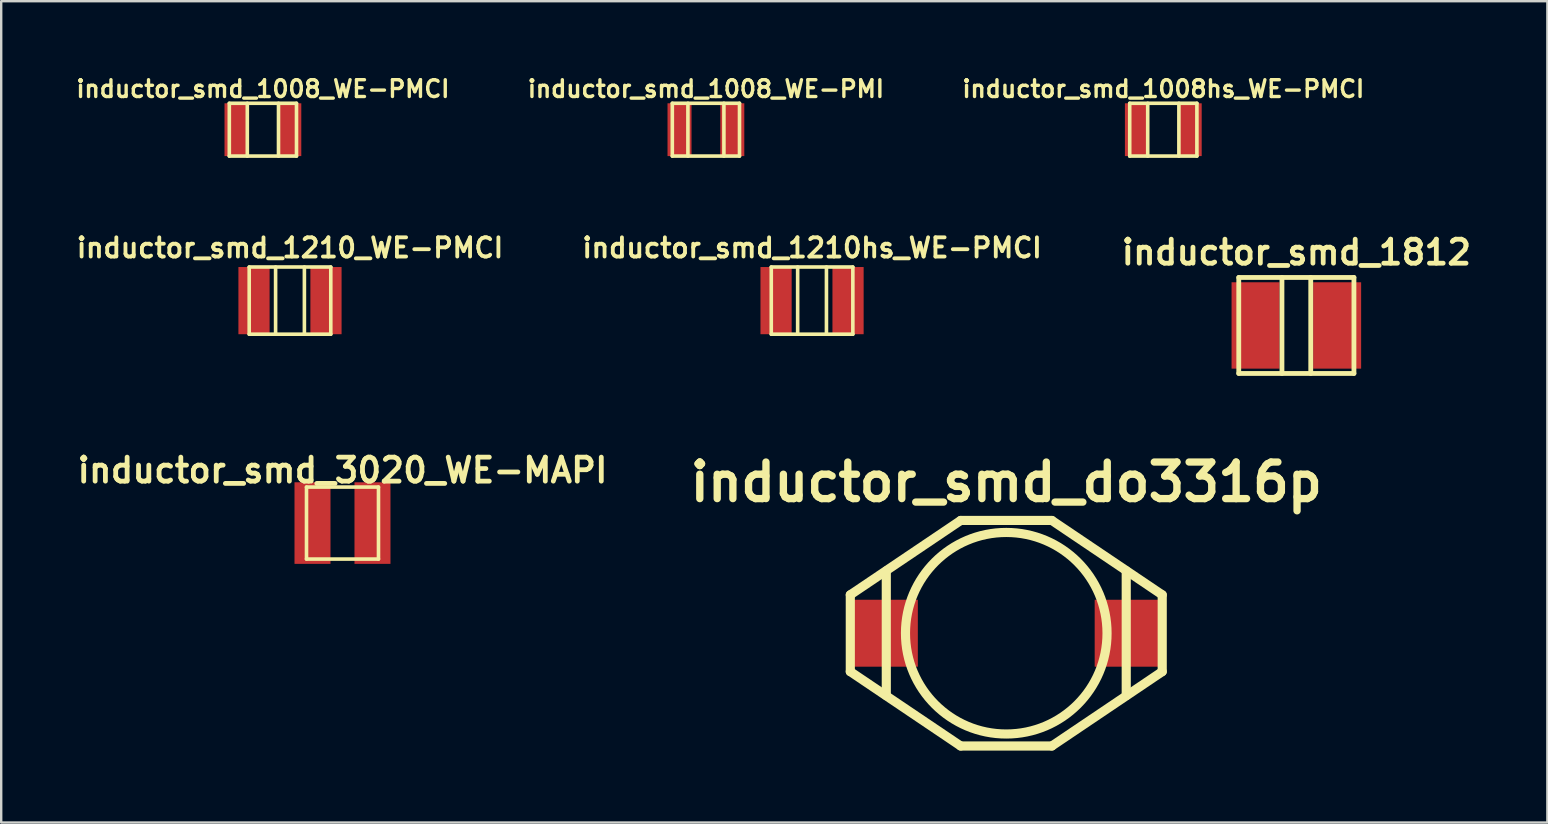
<source format=kicad_pcb>
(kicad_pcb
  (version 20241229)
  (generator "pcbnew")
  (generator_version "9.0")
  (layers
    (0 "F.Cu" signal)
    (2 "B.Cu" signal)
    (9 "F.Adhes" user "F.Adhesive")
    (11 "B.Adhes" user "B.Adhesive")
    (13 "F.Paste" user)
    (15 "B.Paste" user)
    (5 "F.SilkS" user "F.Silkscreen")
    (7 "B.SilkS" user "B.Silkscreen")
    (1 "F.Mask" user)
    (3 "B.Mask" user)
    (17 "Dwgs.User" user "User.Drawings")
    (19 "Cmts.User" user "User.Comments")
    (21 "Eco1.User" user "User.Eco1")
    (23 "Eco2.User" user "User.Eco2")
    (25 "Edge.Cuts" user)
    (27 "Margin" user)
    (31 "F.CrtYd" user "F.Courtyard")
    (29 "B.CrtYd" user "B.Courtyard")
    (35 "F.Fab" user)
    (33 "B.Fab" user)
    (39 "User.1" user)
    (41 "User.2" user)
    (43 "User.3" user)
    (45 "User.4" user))
  (footprint "inductor_smd_do3316p"
    (layer "F.Cu")
    (at 38.888 23.341)
    (property "Reference" "inductor_smd_do3316p" (at 0 -6.3 0) (layer "F.SilkS") (effects (font (size 1.524 1.524) (thickness 0.305))))
    (attr smd)
    (fp_line (start -6.5 -1.6) (end -6.5 1.6) (stroke (width 0.381) (type solid)) (layer "F.SilkS"))
    (fp_line (start -6.5 -1.6) (end -1.9 -4.7) (stroke (width 0.381) (type solid)) (layer "F.SilkS"))
    (fp_line (start -5 2.6) (end -5 -2.6) (stroke (width 0.381) (type solid)) (layer "F.SilkS"))
    (fp_line (start -1.9 -4.7) (end 1.9 -4.7) (stroke (width 0.381) (type solid)) (layer "F.SilkS"))
    (fp_line (start -1.9 4.7) (end -6.5 1.6) (stroke (width 0.381) (type solid)) (layer "F.SilkS"))
    (fp_line (start -1.9 4.7) (end 1.9 4.7) (stroke (width 0.381) (type solid)) (layer "F.SilkS"))
    (fp_line (start 1.9 -4.7) (end 6.5 -1.6) (stroke (width 0.381) (type solid)) (layer "F.SilkS"))
    (fp_line (start 5 2.6) (end 5 -2.6) (stroke (width 0.381) (type solid)) (layer "F.SilkS"))
    (fp_line (start 6.5 -1.6) (end 6.5 1.6) (stroke (width 0.381) (type solid)) (layer "F.SilkS"))
    (fp_line (start 6.5 1.6) (end 1.9 4.7) (stroke (width 0.381) (type solid)) (layer "F.SilkS"))
    (fp_circle (center 0 0) (end -4.2 0) (stroke (width 0.381) (type solid)) (fill no) (layer "F.SilkS"))
    (pad "1" smd rect (at -5.145 0) (size 2.92 2.79) (layers "F.Cu" "F.Mask" "F.Paste"))
    (pad "2" smd rect (at 5.145 0) (size 2.92 2.79) (layers "F.Cu" "F.Mask" "F.Paste")))
  (footprint "inductor_smd_1812"
    (layer "F.Cu")
    (at 50.978 10.514)
    (property "Reference" "inductor_smd_1812" (at 0 -3.048 0) (layer "F.SilkS") (effects (font (size 1 1) (thickness 0.2))))
    (attr smd)
    (fp_line (start -2.4 -2) (end 2.4 -2) (stroke (width 0.2) (type solid)) (layer "F.SilkS"))
    (fp_line (start -2.4 2) (end -2.4 -2) (stroke (width 0.2) (type solid)) (layer "F.SilkS"))
    (fp_line (start -0.6 -2) (end -0.6 2) (stroke (width 0.2) (type solid)) (layer "F.SilkS"))
    (fp_line (start 0.6 2) (end 0.6 -2) (stroke (width 0.2) (type solid)) (layer "F.SilkS"))
    (fp_line (start 2.4 -2) (end 2.4 2) (stroke (width 0.2) (type solid)) (layer "F.SilkS"))
    (fp_line (start 2.4 2) (end -2.4 2) (stroke (width 0.2) (type solid)) (layer "F.SilkS"))
    (pad "1" smd rect (at -1.7 0) (size 2 3.6) (layers "F.Cu" "F.Mask" "F.Paste"))
    (pad "2" smd rect (at 1.7 0) (size 2 3.6) (layers "F.Cu" "F.Mask" "F.Paste")))
  (footprint "inductor_smd_1008_WE-PMCI"
    (layer "F.Cu")
    (at 7.907 2.355)
    (property "Reference" "inductor_smd_1008_WE-PMCI" (at 0 -1.7 0) (layer "F.SilkS") (effects (font (size 0.7 0.7) (thickness 0.14))))
    (attr smd)
    (fp_line (start -1.4 -1.1) (end 1.4 -1.1) (stroke (width 0.15) (type solid)) (layer "F.SilkS"))
    (fp_line (start -1.4 1.1) (end -1.4 -1.1) (stroke (width 0.15) (type solid)) (layer "F.SilkS"))
    (fp_line (start -0.65 -1.1) (end -0.65 1.1) (stroke (width 0.15) (type solid)) (layer "F.SilkS"))
    (fp_line (start 0.65 1.1) (end 0.65 -1.1) (stroke (width 0.15) (type solid)) (layer "F.SilkS"))
    (fp_line (start 1.4 -1.1) (end 1.4 1.1) (stroke (width 0.15) (type solid)) (layer "F.SilkS"))
    (fp_line (start 1.4 1.1) (end -1.4 1.1) (stroke (width 0.15) (type solid)) (layer "F.SilkS"))
    (pad "1" smd rect (at -1.1 0) (size 1 2.2) (layers "F.Cu" "F.Mask" "F.Paste"))
    (pad "2" smd rect (at 1.1 0) (size 1 2.2) (layers "F.Cu" "F.Mask" "F.Paste")))
  (footprint "inductor_smd_1210hs_WE-PMCI"
    (layer "F.Cu")
    (at 30.794 9.479)
    (property "Reference" "inductor_smd_1210hs_WE-PMCI" (at 0 -2.2 0) (layer "F.SilkS") (effects (font (size 0.8 0.8) (thickness 0.16))))
    (attr smd)
    (fp_line (start -1.7 -1.4) (end 1.7 -1.4) (stroke (width 0.15) (type solid)) (layer "F.SilkS"))
    (fp_line (start -1.7 1.4) (end -1.7 -1.4) (stroke (width 0.15) (type solid)) (layer "F.SilkS"))
    (fp_line (start -0.6 -1.4) (end -0.6 1.4) (stroke (width 0.15) (type solid)) (layer "F.SilkS"))
    (fp_line (start 0.6 1.4) (end 0.6 -1.4) (stroke (width 0.15) (type solid)) (layer "F.SilkS"))
    (fp_line (start 1.7 -1.4) (end 1.7 1.4) (stroke (width 0.15) (type solid)) (layer "F.SilkS"))
    (fp_line (start 1.7 1.4) (end -1.7 1.4) (stroke (width 0.15) (type solid)) (layer "F.SilkS"))
    (pad "1" smd rect (at -1.5 0) (size 1.3 2.8) (layers "F.Cu" "F.Mask" "F.Paste"))
    (pad "2" smd rect (at 1.5 0) (size 1.3 2.8) (layers "F.Cu" "F.Mask" "F.Paste")))
  (footprint "inductor_smd_1210_WE-PMCI"
    (layer "F.Cu")
    (at 9.036 9.479)
    (property "Reference" "inductor_smd_1210_WE-PMCI" (at 0 -2.2 0) (layer "F.SilkS") (effects (font (size 0.8 0.8) (thickness 0.16))))
    (attr smd)
    (fp_line (start -1.7 -1.4) (end 1.7 -1.4) (stroke (width 0.15) (type solid)) (layer "F.SilkS"))
    (fp_line (start -1.7 1.4) (end -1.7 -1.4) (stroke (width 0.15) (type solid)) (layer "F.SilkS"))
    (fp_line (start -0.6 -1.4) (end -0.6 1.4) (stroke (width 0.15) (type solid)) (layer "F.SilkS"))
    (fp_line (start 0.6 1.4) (end 0.6 -1.4) (stroke (width 0.15) (type solid)) (layer "F.SilkS"))
    (fp_line (start 1.7 -1.4) (end 1.7 1.4) (stroke (width 0.15) (type solid)) (layer "F.SilkS"))
    (fp_line (start 1.7 1.4) (end -1.7 1.4) (stroke (width 0.15) (type solid)) (layer "F.SilkS"))
    (pad "1" smd rect (at -1.5 0) (size 1.3 2.8) (layers "F.Cu" "F.Mask" "F.Paste"))
    (pad "2" smd rect (at 1.5 0) (size 1.3 2.8) (layers "F.Cu" "F.Mask" "F.Paste")))
  (footprint "inductor_smd_1008hs_WE-PMCI"
    (layer "F.Cu")
    (at 45.433 2.355)
    (property "Reference" "inductor_smd_1008hs_WE-PMCI" (at 0 -1.7 0) (layer "F.SilkS") (effects (font (size 0.7 0.7) (thickness 0.14))))
    (attr smd)
    (fp_line (start -1.4 -1.1) (end 1.4 -1.1) (stroke (width 0.15) (type solid)) (layer "F.SilkS"))
    (fp_line (start -1.4 1.1) (end -1.4 -1.1) (stroke (width 0.15) (type solid)) (layer "F.SilkS"))
    (fp_line (start -0.65 -1.1) (end -0.65 1.1) (stroke (width 0.15) (type solid)) (layer "F.SilkS"))
    (fp_line (start 0.65 1.1) (end 0.65 -1.1) (stroke (width 0.15) (type solid)) (layer "F.SilkS"))
    (fp_line (start 1.4 -1.1) (end 1.4 1.1) (stroke (width 0.15) (type solid)) (layer "F.SilkS"))
    (fp_line (start 1.4 1.1) (end -1.4 1.1) (stroke (width 0.15) (type solid)) (layer "F.SilkS"))
    (pad "1" smd rect (at -1.1 0) (size 1 2.2) (layers "F.Cu" "F.Mask" "F.Paste"))
    (pad "2" smd rect (at 1.1 0) (size 1 2.2) (layers "F.Cu" "F.Mask" "F.Paste")))
  (footprint "inductor_smd_1008_WE-PMI"
    (layer "F.Cu")
    (at 26.37 2.355)
    (property "Reference" "inductor_smd_1008_WE-PMI" (at 0 -1.7 0) (layer "F.SilkS") (effects (font (size 0.7 0.7) (thickness 0.14))))
    (attr smd)
    (fp_line (start -1.4 -1.1) (end 1.4 -1.1) (stroke (width 0.15) (type solid)) (layer "F.SilkS"))
    (fp_line (start -1.4 1.1) (end -1.4 -1.1) (stroke (width 0.15) (type solid)) (layer "F.SilkS"))
    (fp_line (start -0.75 -1.1) (end -0.75 1.1) (stroke (width 0.15) (type solid)) (layer "F.SilkS"))
    (fp_line (start 0.75 1.1) (end 0.75 -1.1) (stroke (width 0.15) (type solid)) (layer "F.SilkS"))
    (fp_line (start 1.4 -1.1) (end 1.4 1.1) (stroke (width 0.15) (type solid)) (layer "F.SilkS"))
    (fp_line (start 1.4 1.1) (end -1.4 1.1) (stroke (width 0.15) (type solid)) (layer "F.SilkS"))
    (pad "1" smd rect (at -1.1 0) (size 1 2.2) (layers "F.Cu" "F.Mask" "F.Paste"))
    (pad "2" smd rect (at 1.1 0) (size 1 2.2) (layers "F.Cu" "F.Mask" "F.Paste")))
  (footprint "inductor_smd_3020_WE-MAPI"
    (layer "F.Cu")
    (at 11.224 18.75)
    (property "Reference" "inductor_smd_3020_WE-MAPI" (at 0 -2.2 0) (layer "F.SilkS") (effects (font (size 1 1) (thickness 0.2) (bold yes))))
    (attr smd)
    (fp_line (start -1.5 -1.5) (end 1.5 -1.5) (stroke (width 0.15) (type solid)) (layer "F.SilkS"))
    (fp_line (start -1.5 1.5) (end -1.5 -1.5) (stroke (width 0.15) (type solid)) (layer "F.SilkS"))
    (fp_line (start 1.5 -1.5) (end 1.5 1.5) (stroke (width 0.15) (type solid)) (layer "F.SilkS"))
    (fp_line (start 1.5 1.5) (end -1.5 1.5) (stroke (width 0.15) (type solid)) (layer "F.SilkS"))
    (pad "1" smd rect (at -1.25 0) (size 1.5 3.4) (layers "F.Cu" "F.Mask" "F.Paste"))
    (pad "2" smd rect (at 1.25 0) (size 1.5 3.4) (layers "F.Cu" "F.Mask" "F.Paste")))
  (gr_rect
    (start -3 -3)
    (end 61.44 31.231)
    (stroke (width 0.1) (type default))
    (fill no)
    (layer "Edge.Cuts")))
</source>
